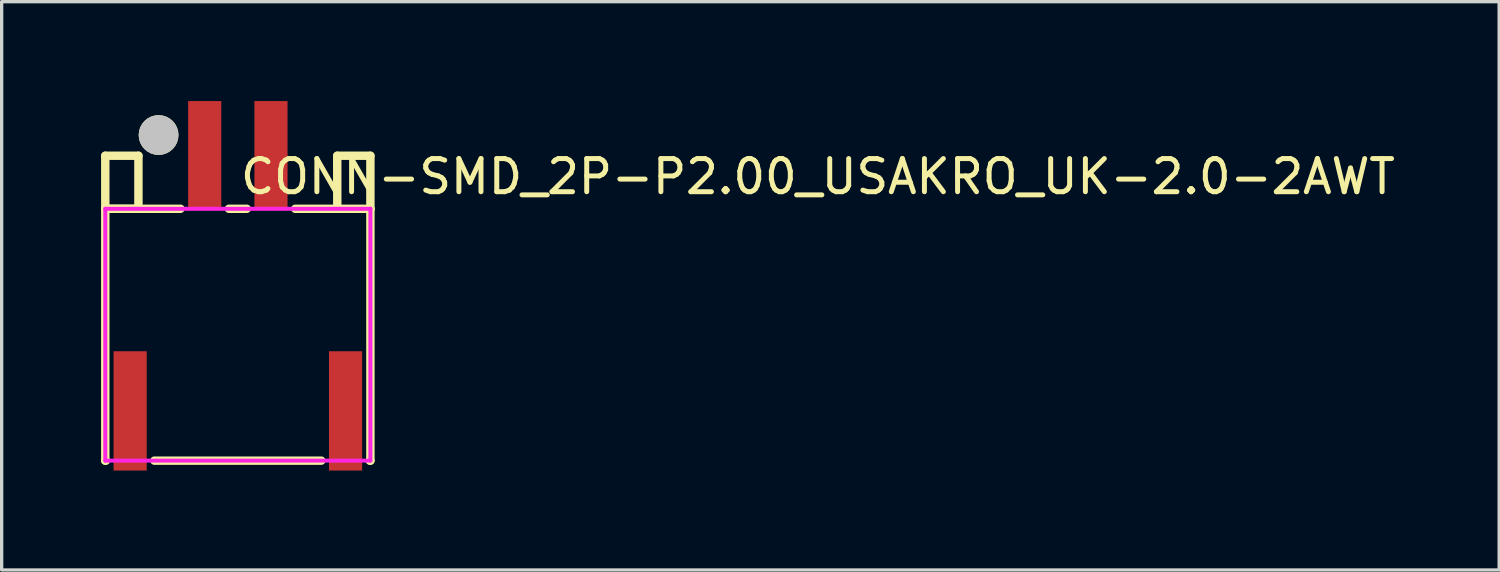
<source format=kicad_pcb>
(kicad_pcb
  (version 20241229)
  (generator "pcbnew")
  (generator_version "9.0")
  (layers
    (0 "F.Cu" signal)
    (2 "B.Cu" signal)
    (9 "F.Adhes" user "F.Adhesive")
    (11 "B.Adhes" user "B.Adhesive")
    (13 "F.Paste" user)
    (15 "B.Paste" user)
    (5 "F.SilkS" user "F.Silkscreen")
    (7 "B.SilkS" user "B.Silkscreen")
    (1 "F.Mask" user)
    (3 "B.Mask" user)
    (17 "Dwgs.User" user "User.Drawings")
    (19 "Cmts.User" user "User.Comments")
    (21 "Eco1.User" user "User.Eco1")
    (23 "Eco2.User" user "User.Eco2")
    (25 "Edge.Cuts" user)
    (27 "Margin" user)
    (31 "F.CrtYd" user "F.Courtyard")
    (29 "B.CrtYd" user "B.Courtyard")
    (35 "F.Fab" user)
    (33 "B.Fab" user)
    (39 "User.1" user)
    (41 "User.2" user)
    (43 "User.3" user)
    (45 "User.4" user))
  (footprint "CONN-SMD_2P-P2.00_USAKRO_UK-2.0-2AWT"
    (layer "F.Cu")
    (at 4.127 5.487)
    (property "Reference" "CONN-SMD_2P-P2.00_USAKRO_UK-2.0-2AWT" (at 0 -3.207 0) (layer "F.SilkS") (effects (font (size 1 1) (thickness 0.15)) (justify left)))
    (attr through_hole)
    (fp_line (start -4 -3.837) (end -3 -3.837) (stroke (width 0.254) (type solid)) (layer "F.SilkS"))
    (fp_line (start -4 -2.237) (end -4 -3.837) (stroke (width 0.254) (type solid)) (layer "F.SilkS"))
    (fp_line (start -4 -2.237) (end -4 5.363) (stroke (width 0.254) (type solid)) (layer "F.SilkS"))
    (fp_line (start -4 -2.237) (end -1.731 -2.237) (stroke (width 0.254) (type solid)) (layer "F.SilkS"))
    (fp_line (start -4 5.363) (end -3.981 5.363) (stroke (width 0.254) (type solid)) (layer "F.SilkS"))
    (fp_line (start -3 -3.837) (end -3 -2.237) (stroke (width 0.254) (type solid)) (layer "F.SilkS"))
    (fp_line (start -3 -2.237) (end -4 -2.237) (stroke (width 0.254) (type solid)) (layer "F.SilkS"))
    (fp_line (start -2.519 5.363) (end 2.519 5.363) (stroke (width 0.254) (type solid)) (layer "F.SilkS"))
    (fp_line (start -0.269 -2.237) (end 0.269 -2.237) (stroke (width 0.254) (type solid)) (layer "F.SilkS"))
    (fp_line (start 1.731 -2.237) (end 4 -2.237) (stroke (width 0.254) (type solid)) (layer "F.SilkS"))
    (fp_line (start 3 -3.837) (end 4 -3.837) (stroke (width 0.254) (type solid)) (layer "F.SilkS"))
    (fp_line (start 3 -2.237) (end 3 -3.837) (stroke (width 0.254) (type solid)) (layer "F.SilkS"))
    (fp_line (start 3.981 5.363) (end 4 5.363) (stroke (width 0.254) (type solid)) (layer "F.SilkS"))
    (fp_line (start 4 -3.837) (end 4 -2.237) (stroke (width 0.254) (type solid)) (layer "F.SilkS"))
    (fp_line (start 4 -2.237) (end 4 5.363) (stroke (width 0.254) (type solid)) (layer "F.SilkS"))
    (fp_circle (center -2.392 -4.462) (end -2.092 -4.462) (stroke (width 0.6) (type solid)) (fill no) (layer "F.SilkS"))
    (fp_circle (center -2.392 -4.462) (end -2.092 -4.462) (stroke (width 0.6) (type solid)) (fill no) (layer "Dwgs.User"))
    (fp_circle (center -4 -4.987) (end -3.97 -4.987) (stroke (width 0.06) (type solid)) (fill no) (layer "Eco2.User"))
    (fp_poly (pts (xy -3.5 2.362) (xy -3 2.362) (xy -3 5.362) (xy -3.5 5.362)) (stroke (width 0.12) (type solid)) (fill no) (layer "Eco2.User"))
    (fp_poly (pts (xy -1.25 -4.987) (xy -0.75 -4.987) (xy -0.75 -1.987) (xy -1.25 -1.987)) (stroke (width 0.12) (type solid)) (fill no) (layer "Eco2.User"))
    (fp_poly (pts (xy 0.75 -4.987) (xy 1.25 -4.987) (xy 1.25 -1.987) (xy 0.75 -1.987)) (stroke (width 0.12) (type solid)) (fill no) (layer "Eco2.User"))
    (fp_poly (pts (xy 3 2.362) (xy 3.5 2.362) (xy 3.5 5.362) (xy 3 5.362)) (stroke (width 0.12) (type solid)) (fill no) (layer "Eco2.User"))
    (fp_line (start -4 -2.237) (end 4 -2.237) (stroke (width 0.12) (type solid)) (layer "F.CrtYd"))
    (fp_line (start -4 5.363) (end -4 -2.237) (stroke (width 0.12) (type solid)) (layer "F.CrtYd"))
    (fp_line (start 4 -2.237) (end 4 5.363) (stroke (width 0.12) (type solid)) (layer "F.CrtYd"))
    (fp_line (start 4 5.363) (end -4 5.363) (stroke (width 0.12) (type solid)) (layer "F.CrtYd"))
    (pad "1" smd rect (at -1 -3.862) (size 1 3.25) (layers "F.Cu" "F.Mask" "F.Paste"))
    (pad "2" smd rect (at 1 -3.862) (size 1 3.25) (layers "F.Cu" "F.Mask" "F.Paste"))
    (pad "3" smd rect (at -3.25 3.862) (size 1 3.6) (layers "F.Cu" "F.Mask" "F.Paste"))
    (pad "4" smd rect (at 3.25 3.862) (size 1 3.6) (layers "F.Cu" "F.Mask" "F.Paste")))
  (gr_rect
    (start -3 -3)
    (end 42.187 14.149)
    (stroke (width 0.1) (type default))
    (fill no)
    (layer "Edge.Cuts")))
</source>
